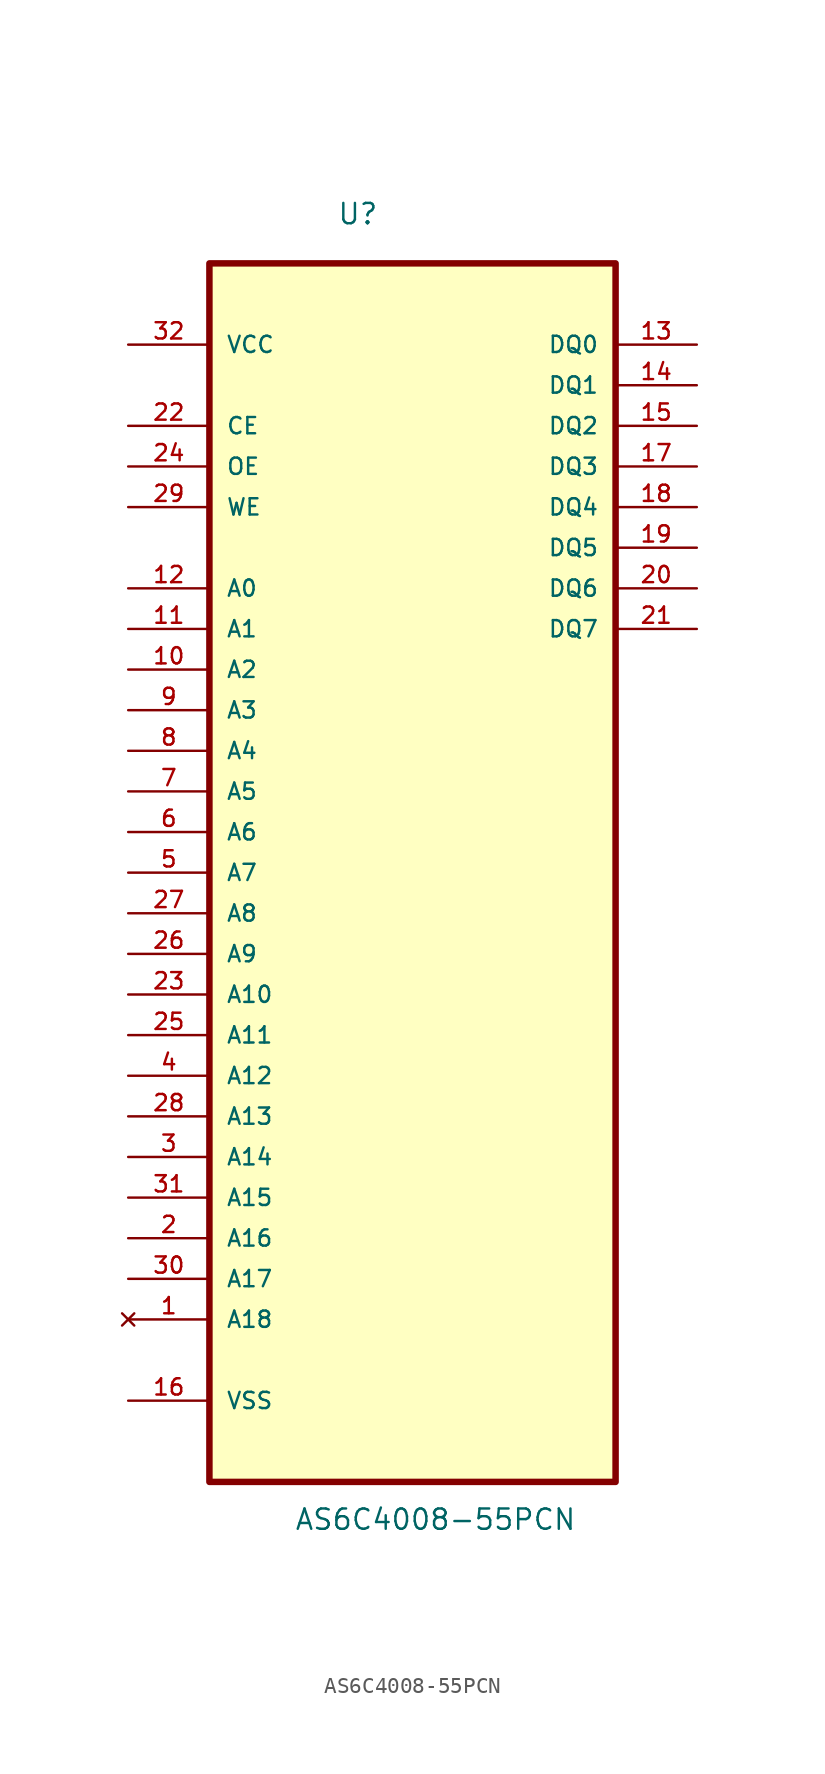
<source format=kicad_sym>
(kicad_symbol_lib
  (version 20211014)
  (generator kicad_symbol_editor)
  (symbol "AS6C4008-55PCN"
    (pin_names
      (offset 1.016))
    (property "Reference" "U"
      (at -4.729 37.909 0.0)
      (effects (font (size 1.27 1.27)) (justify bottom left)))
    (property "Value" "AS6C4008-55PCN"
      (at -7.399 -43.734 0.0)
      (effects (font (size 1.27 1.27)) (justify bottom left)))
    (symbol "AS6C4008-55PCN_0_0"
      (rectangle (start -12.7 -40.64) (end 12.7 35.56) (stroke (width 0.406)) (fill (type background)))
      (pin power_in line (at -17.78 30.48 0) (length 5.08) (name "VCC" (effects (font (size 1.016 1.016)))) (number "32" (effects (font (size 1.016 1.016)))))
      (pin input line (at -17.78 25.4 0) (length 5.08) (name "CE" (effects (font (size 1.016 1.016)))) (number "22" (effects (font (size 1.016 1.016)))))
      (pin input line (at -17.78 22.86 0) (length 5.08) (name "OE" (effects (font (size 1.016 1.016)))) (number "24" (effects (font (size 1.016 1.016)))))
      (pin input line (at -17.78 20.32 0) (length 5.08) (name "WE" (effects (font (size 1.016 1.016)))) (number "29" (effects (font (size 1.016 1.016)))))
      (pin input line (at -17.78 15.24 0) (length 5.08) (name "A0" (effects (font (size 1.016 1.016)))) (number "12" (effects (font (size 1.016 1.016)))))
      (pin input line (at -17.78 12.7 0) (length 5.08) (name "A1" (effects (font (size 1.016 1.016)))) (number "11" (effects (font (size 1.016 1.016)))))
      (pin input line (at -17.78 10.16 0) (length 5.08) (name "A2" (effects (font (size 1.016 1.016)))) (number "10" (effects (font (size 1.016 1.016)))))
      (pin input line (at -17.78 7.62 0) (length 5.08) (name "A3" (effects (font (size 1.016 1.016)))) (number "9" (effects (font (size 1.016 1.016)))))
      (pin input line (at -17.78 5.08 0) (length 5.08) (name "A4" (effects (font (size 1.016 1.016)))) (number "8" (effects (font (size 1.016 1.016)))))
      (pin input line (at -17.78 2.54 0) (length 5.08) (name "A5" (effects (font (size 1.016 1.016)))) (number "7" (effects (font (size 1.016 1.016)))))
      (pin input line (at -17.78 0.0 0) (length 5.08) (name "A6" (effects (font (size 1.016 1.016)))) (number "6" (effects (font (size 1.016 1.016)))))
      (pin input line (at -17.78 -2.54 0) (length 5.08) (name "A7" (effects (font (size 1.016 1.016)))) (number "5" (effects (font (size 1.016 1.016)))))
      (pin input line (at -17.78 -5.08 0) (length 5.08) (name "A8" (effects (font (size 1.016 1.016)))) (number "27" (effects (font (size 1.016 1.016)))))
      (pin input line (at -17.78 -7.62 0) (length 5.08) (name "A9" (effects (font (size 1.016 1.016)))) (number "26" (effects (font (size 1.016 1.016)))))
      (pin input line (at -17.78 -10.16 0) (length 5.08) (name "A10" (effects (font (size 1.016 1.016)))) (number "23" (effects (font (size 1.016 1.016)))))
      (pin input line (at -17.78 -12.7 0) (length 5.08) (name "A11" (effects (font (size 1.016 1.016)))) (number "25" (effects (font (size 1.016 1.016)))))
      (pin input line (at -17.78 -15.24 0) (length 5.08) (name "A12" (effects (font (size 1.016 1.016)))) (number "4" (effects (font (size 1.016 1.016)))))
      (pin input line (at -17.78 -17.78 0) (length 5.08) (name "A13" (effects (font (size 1.016 1.016)))) (number "28" (effects (font (size 1.016 1.016)))))
      (pin input line (at -17.78 -20.32 0) (length 5.08) (name "A14" (effects (font (size 1.016 1.016)))) (number "3" (effects (font (size 1.016 1.016)))))
      (pin input line (at -17.78 -22.86 0) (length 5.08) (name "A15" (effects (font (size 1.016 1.016)))) (number "31" (effects (font (size 1.016 1.016)))))
      (pin input line (at -17.78 -25.4 0) (length 5.08) (name "A16" (effects (font (size 1.016 1.016)))) (number "2" (effects (font (size 1.016 1.016)))))
      (pin input line (at -17.78 -27.94 0) (length 5.08) (name "A17" (effects (font (size 1.016 1.016)))) (number "30" (effects (font (size 1.016 1.016)))))
      (pin no_connect line (at -17.78 -30.48 0) (length 5.08) (name "A18" (effects (font (size 1.016 1.016)))) (number "1" (effects (font (size 1.016 1.016)))))
      (pin bidirectional line (at -17.78 -35.56 0) (length 5.08) (name "VSS" (effects (font (size 1.016 1.016)))) (number "16" (effects (font (size 1.016 1.016)))))
      (pin bidirectional line (at 17.78 30.48 180.0) (length 5.08) (name "DQ0" (effects (font (size 1.016 1.016)))) (number "13" (effects (font (size 1.016 1.016)))))
      (pin bidirectional line (at 17.78 27.94 180.0) (length 5.08) (name "DQ1" (effects (font (size 1.016 1.016)))) (number "14" (effects (font (size 1.016 1.016)))))
      (pin bidirectional line (at 17.78 25.4 180.0) (length 5.08) (name "DQ2" (effects (font (size 1.016 1.016)))) (number "15" (effects (font (size 1.016 1.016)))))
      (pin bidirectional line (at 17.78 22.86 180.0) (length 5.08) (name "DQ3" (effects (font (size 1.016 1.016)))) (number "17" (effects (font (size 1.016 1.016)))))
      (pin bidirectional line (at 17.78 20.32 180.0) (length 5.08) (name "DQ4" (effects (font (size 1.016 1.016)))) (number "18" (effects (font (size 1.016 1.016)))))
      (pin bidirectional line (at 17.78 17.78 180.0) (length 5.08) (name "DQ5" (effects (font (size 1.016 1.016)))) (number "19" (effects (font (size 1.016 1.016)))))
      (pin bidirectional line (at 17.78 15.24 180.0) (length 5.08) (name "DQ6" (effects (font (size 1.016 1.016)))) (number "20" (effects (font (size 1.016 1.016)))))
      (pin bidirectional line (at 17.78 12.7 180.0) (length 5.08) (name "DQ7" (effects (font (size 1.016 1.016)))) (number "21" (effects (font (size 1.016 1.016))))))))
</source>
